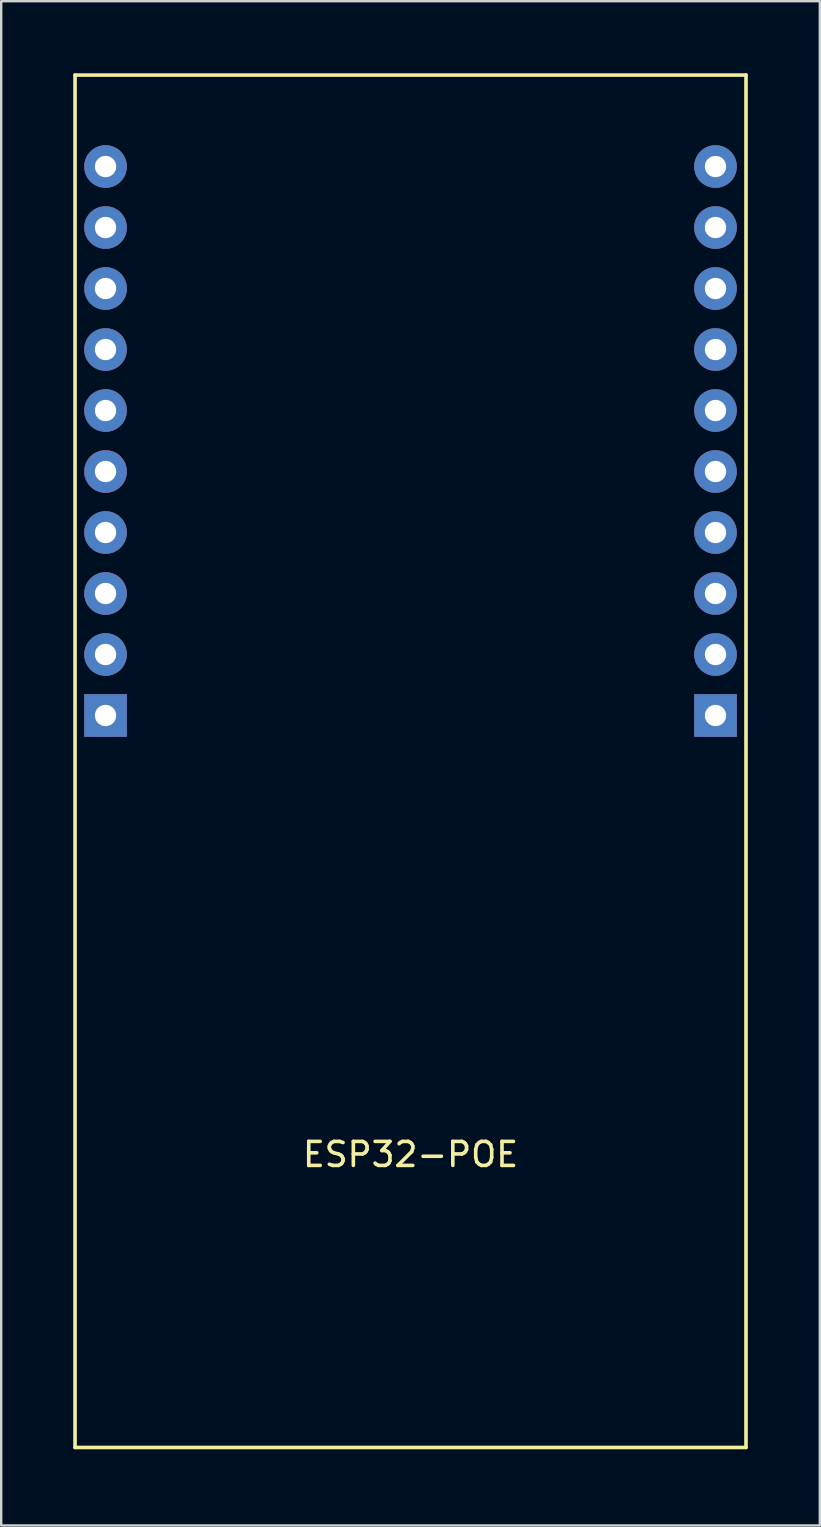
<source format=kicad_pcb>
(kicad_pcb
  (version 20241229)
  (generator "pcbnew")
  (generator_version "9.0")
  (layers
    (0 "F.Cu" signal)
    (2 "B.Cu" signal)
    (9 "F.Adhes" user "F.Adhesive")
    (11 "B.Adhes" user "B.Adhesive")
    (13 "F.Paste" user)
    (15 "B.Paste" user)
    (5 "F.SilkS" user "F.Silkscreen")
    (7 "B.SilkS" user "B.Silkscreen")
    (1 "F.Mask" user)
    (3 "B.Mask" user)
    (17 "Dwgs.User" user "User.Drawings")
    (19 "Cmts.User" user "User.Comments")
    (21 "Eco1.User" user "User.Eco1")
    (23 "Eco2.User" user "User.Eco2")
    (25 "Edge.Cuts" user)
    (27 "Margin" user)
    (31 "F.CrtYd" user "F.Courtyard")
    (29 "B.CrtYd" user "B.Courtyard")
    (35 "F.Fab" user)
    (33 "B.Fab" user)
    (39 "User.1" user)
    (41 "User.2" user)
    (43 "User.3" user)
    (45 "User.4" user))
  (footprint "ESP32-POE"
    (layer "F.Cu")
    (at 14.045 57.225)
    (property "Reference" "ESP32-POE" (at 0 -12.2 0) (layer "F.SilkS") (effects (font (size 1 1) (thickness 0.15))))
    (attr through_hole)
    (fp_line (start -13.97 -57.15) (end -13.97 0) (stroke (width 0.15) (type solid)) (layer "F.SilkS"))
    (fp_line (start -13.97 0) (end 13.97 0) (stroke (width 0.15) (type solid)) (layer "F.SilkS"))
    (fp_line (start 13.97 -57.15) (end -13.97 -57.15) (stroke (width 0.15) (type solid)) (layer "F.SilkS"))
    (fp_line (start 13.97 0) (end 13.97 -57.15) (stroke (width 0.15) (type solid)) (layer "F.SilkS"))
    (pad "1" thru_hole rect (at 12.7 -30.48) (size 1.778 1.778) (drill 0.889) (layers "*.Cu" "*.Mask"))
    (pad "2" thru_hole circle (at 12.7 -33.02) (size 1.778 1.778) (drill 0.889) (layers "*.Cu" "*.Mask"))
    (pad "3" thru_hole circle (at 12.7 -35.56) (size 1.778 1.778) (drill 0.889) (layers "*.Cu" "*.Mask"))
    (pad "4" thru_hole circle (at 12.7 -38.1) (size 1.778 1.778) (drill 0.889) (layers "*.Cu" "*.Mask"))
    (pad "5" thru_hole circle (at 12.7 -40.64) (size 1.778 1.778) (drill 0.889) (layers "*.Cu" "*.Mask"))
    (pad "6" thru_hole circle (at 12.7 -43.18) (size 1.778 1.778) (drill 0.889) (layers "*.Cu" "*.Mask"))
    (pad "7" thru_hole circle (at 12.7 -45.72) (size 1.778 1.778) (drill 0.889) (layers "*.Cu" "*.Mask"))
    (pad "8" thru_hole circle (at 12.7 -48.26) (size 1.778 1.778) (drill 0.889) (layers "*.Cu" "*.Mask"))
    (pad "9" thru_hole circle (at 12.7 -50.8) (size 1.778 1.778) (drill 0.889) (layers "*.Cu" "*.Mask"))
    (pad "10" thru_hole circle (at 12.7 -53.34) (size 1.778 1.778) (drill 0.889) (layers "*.Cu" "*.Mask"))
    (pad "11" thru_hole rect (at -12.7 -30.48) (size 1.778 1.778) (drill 0.889) (layers "*.Cu" "*.Mask"))
    (pad "12" thru_hole circle (at -12.7 -33.02) (size 1.778 1.778) (drill 0.889) (layers "*.Cu" "*.Mask"))
    (pad "13" thru_hole circle (at -12.7 -35.56) (size 1.778 1.778) (drill 0.889) (layers "*.Cu" "*.Mask"))
    (pad "14" thru_hole circle (at -12.7 -38.1) (size 1.778 1.778) (drill 0.889) (layers "*.Cu" "*.Mask"))
    (pad "15" thru_hole circle (at -12.7 -40.64) (size 1.778 1.778) (drill 0.889) (layers "*.Cu" "*.Mask"))
    (pad "16" thru_hole circle (at -12.7 -43.18) (size 1.778 1.778) (drill 0.889) (layers "*.Cu" "*.Mask"))
    (pad "17" thru_hole circle (at -12.7 -45.72) (size 1.778 1.778) (drill 0.889) (layers "*.Cu" "*.Mask"))
    (pad "18" thru_hole circle (at -12.7 -48.26) (size 1.778 1.778) (drill 0.889) (layers "*.Cu" "*.Mask"))
    (pad "19" thru_hole circle (at -12.7 -50.8) (size 1.778 1.778) (drill 0.889) (layers "*.Cu" "*.Mask"))
    (pad "20" thru_hole circle (at -12.7 -53.34) (size 1.778 1.778) (drill 0.889) (layers "*.Cu" "*.Mask")))
  (gr_rect
    (start -3 -3)
    (end 31.09 60.475)
    (stroke (width 0.1) (type default))
    (fill no)
    (layer "Edge.Cuts")))
</source>
